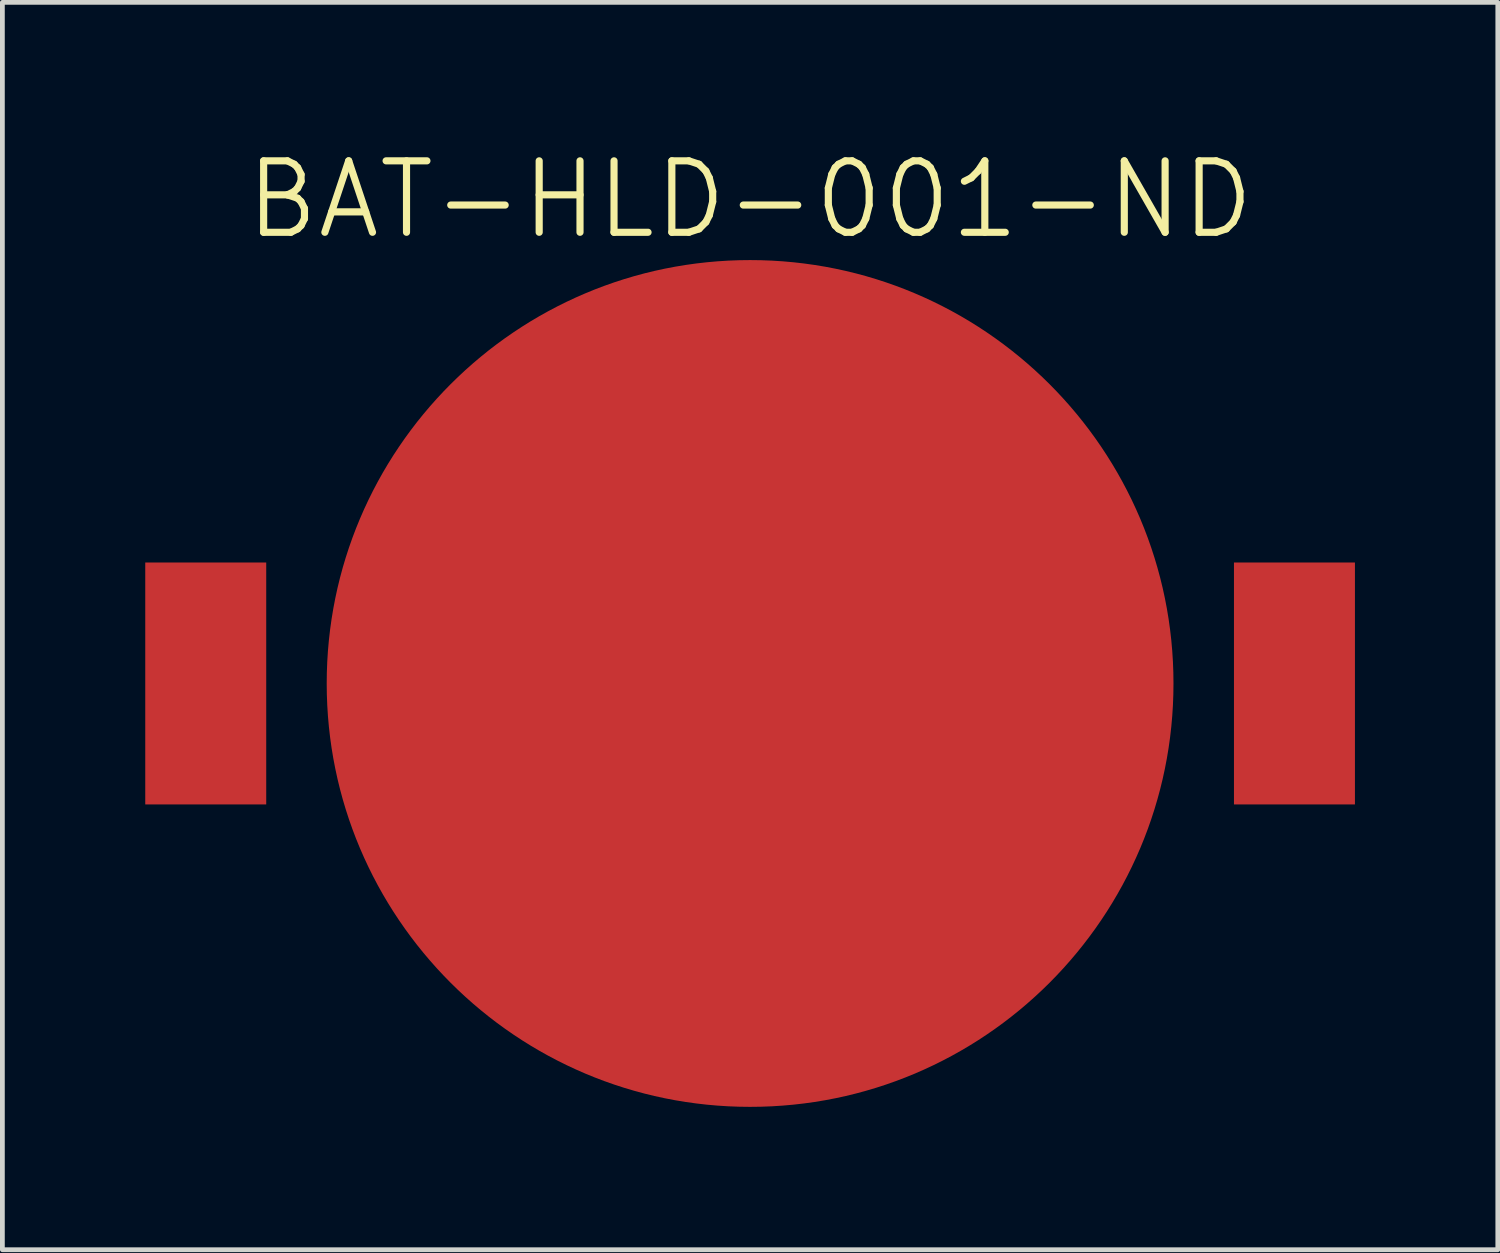
<source format=kicad_pcb>
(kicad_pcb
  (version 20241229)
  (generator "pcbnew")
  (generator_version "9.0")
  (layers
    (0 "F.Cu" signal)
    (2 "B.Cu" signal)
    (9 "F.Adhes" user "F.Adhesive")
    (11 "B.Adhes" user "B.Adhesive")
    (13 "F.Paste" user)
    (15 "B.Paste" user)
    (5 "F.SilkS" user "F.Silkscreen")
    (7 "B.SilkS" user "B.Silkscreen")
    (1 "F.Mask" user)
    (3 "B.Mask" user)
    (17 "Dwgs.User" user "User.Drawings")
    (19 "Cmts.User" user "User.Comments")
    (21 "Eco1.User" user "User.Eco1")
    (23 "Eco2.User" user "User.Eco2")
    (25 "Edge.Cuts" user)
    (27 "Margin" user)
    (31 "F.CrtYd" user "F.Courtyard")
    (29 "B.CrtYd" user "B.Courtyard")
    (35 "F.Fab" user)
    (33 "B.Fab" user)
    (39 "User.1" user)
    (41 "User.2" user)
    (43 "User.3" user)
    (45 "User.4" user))
  (footprint "BAT-HLD-001-ND"
    (layer "F.Cu")
    (at 12.7 11.301)
    (property "Reference" "BAT-HLD-001-ND" (at 0 -10.16 0) (layer "F.SilkS") (effects (font (size 1.5 1.5) (thickness 0.15))))
    (attr through_hole)
    (pad "1" smd circle (at 0 0) (size 17.78 17.78) (layers "F.Cu" "F.Mask" "F.Paste"))
    (pad "2" smd rect (at -11.43 0) (size 2.54 5.08) (layers "F.Cu" "F.Mask" "F.Paste"))
    (pad "3" smd rect (at 11.43 0) (size 2.54 5.08) (layers "F.Cu" "F.Mask" "F.Paste")))
  (gr_rect
    (start -3 -3)
    (end 28.4 23.191)
    (stroke (width 0.1) (type default))
    (fill no)
    (layer "Edge.Cuts")))
</source>
